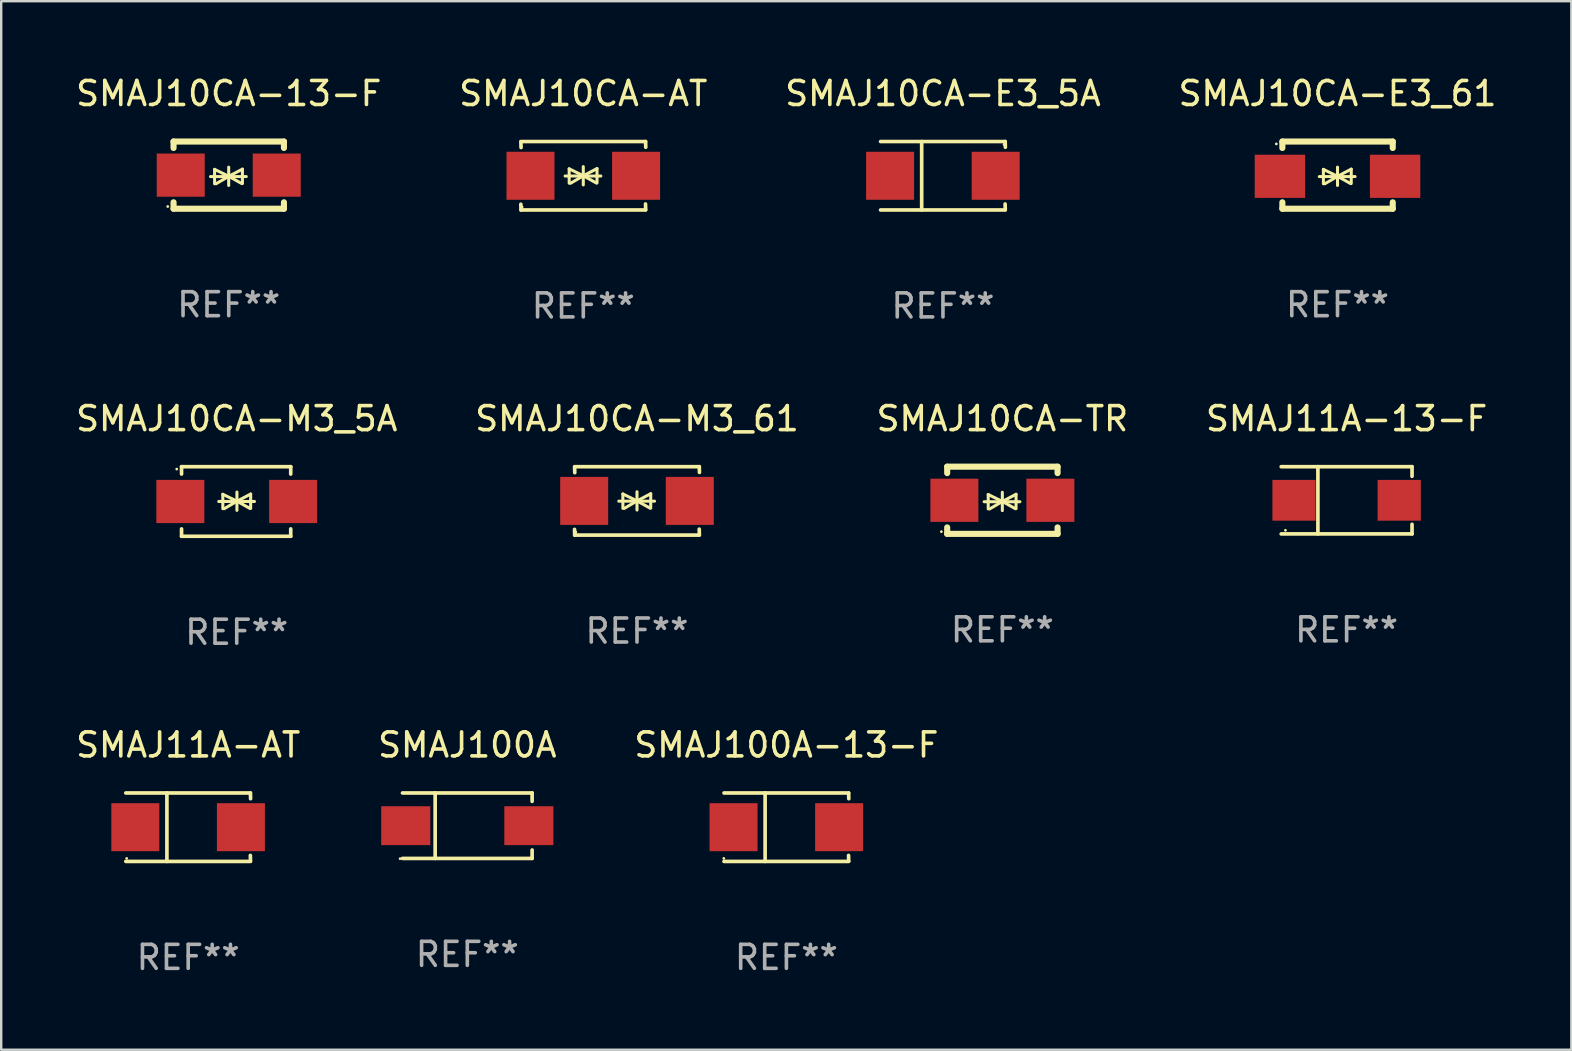
<source format=kicad_pcb>
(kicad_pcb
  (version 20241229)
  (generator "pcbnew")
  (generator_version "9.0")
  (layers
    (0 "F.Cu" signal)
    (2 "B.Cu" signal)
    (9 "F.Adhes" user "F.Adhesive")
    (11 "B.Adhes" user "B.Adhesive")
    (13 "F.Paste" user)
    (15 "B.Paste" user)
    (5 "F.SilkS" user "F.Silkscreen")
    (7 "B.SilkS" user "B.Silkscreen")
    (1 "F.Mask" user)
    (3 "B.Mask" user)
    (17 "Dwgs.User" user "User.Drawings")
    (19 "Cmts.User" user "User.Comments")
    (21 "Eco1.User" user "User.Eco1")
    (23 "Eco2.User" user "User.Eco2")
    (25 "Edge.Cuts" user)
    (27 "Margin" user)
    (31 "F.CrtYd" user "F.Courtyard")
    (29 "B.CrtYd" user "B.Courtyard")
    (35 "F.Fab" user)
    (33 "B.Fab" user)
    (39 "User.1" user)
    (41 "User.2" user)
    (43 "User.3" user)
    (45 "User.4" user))
  (footprint "SMAJ100A"
    (layer "F.Cu")
    (at 16.423 31.357)
    (property "Reference" "SMAJ100A" (at 0 -3.364 0) (layer "F.SilkS") (effects (font (size 1 1) (thickness 0.15))))
    (attr through_hole)
    (fp_line (start -2.701 -1.364) (end 2.701 -1.364) (stroke (width 0.152) (type solid)) (layer "F.SilkS"))
    (fp_line (start -2.701 1.364) (end 2.701 1.364) (stroke (width 0.152) (type solid)) (layer "F.SilkS"))
    (fp_line (start -1.339 -1.364) (end -1.339 1.364) (stroke (width 0.152) (type solid)) (layer "F.SilkS"))
    (fp_line (start 2.701 -1.364) (end 2.701 -1.013) (stroke (width 0.152) (type solid)) (layer "F.SilkS"))
    (fp_line (start 2.701 1.364) (end 2.701 1.013) (stroke (width 0.152) (type solid)) (layer "F.SilkS"))
    (fp_circle (center -2.8 1.375) (end -2.77 1.375) (stroke (width 0.06) (type solid)) (fill no) (layer "F.SilkS"))
    (fp_text user "REF**" (at 0 5.364 0) (layer "F.Fab") (effects (font (size 1 1) (thickness 0.15))))
    (pad "1" smd rect (at -2.565 -0.000025) (size 2.046 1.62) (layers "F.Cu" "F.Mask" "F.Paste"))
    (pad "2" smd rect (at 2.565 -0.000025) (size 2.046 1.62) (layers "F.Cu" "F.Mask" "F.Paste")))
  (footprint "SMAJ10CA-E3_61"
    (layer "F.Cu")
    (at 52.685 4.248)
    (property "Reference" "SMAJ10CA-E3_61" (at 0 -3.4 0) (layer "F.SilkS") (effects (font (size 1 1) (thickness 0.15))))
    (attr through_hole)
    (fp_line (start -2.298 -1.4) (end -2.298 -1.131) (stroke (width 0.254) (type solid)) (layer "F.SilkS"))
    (fp_line (start -2.298 -1.4) (end 2.302 -1.4) (stroke (width 0.254) (type solid)) (layer "F.SilkS"))
    (fp_line (start -2.298 1.131) (end -2.298 1.4) (stroke (width 0.254) (type solid)) (layer "F.SilkS"))
    (fp_line (start -2.298 1.4) (end 2.302 1.4) (stroke (width 0.254) (type solid)) (layer "F.SilkS"))
    (fp_line (start -0.758 0.06) (end 0.732 0.06) (stroke (width 0.127) (type solid)) (layer "F.SilkS"))
    (fp_line (start -0.588 -0.24) (end -0.588 0.36) (stroke (width 0.127) (type solid)) (layer "F.SilkS"))
    (fp_line (start -0.588 -0.24) (end 0.000025 0.049) (stroke (width 0.127) (type solid)) (layer "F.SilkS"))
    (fp_line (start -0.528 0.36) (end 0.000025 0.049) (stroke (width 0.127) (type solid)) (layer "F.SilkS"))
    (fp_line (start 0.000025 0.049) (end 0.000025 -0.332) (stroke (width 0.127) (type solid)) (layer "F.SilkS"))
    (fp_line (start 0.000025 0.049) (end 0.000025 0.43) (stroke (width 0.127) (type solid)) (layer "F.SilkS"))
    (fp_line (start 0.542 0.35) (end 0.000025 0.049) (stroke (width 0.127) (type solid)) (layer "F.SilkS"))
    (fp_line (start 0.572 -0.25) (end 0.000025 0.049) (stroke (width 0.127) (type solid)) (layer "F.SilkS"))
    (fp_line (start 0.572 -0.25) (end 0.572 0.35) (stroke (width 0.127) (type solid)) (layer "F.SilkS"))
    (fp_line (start 2.302 -1.4) (end 2.302 -1.131) (stroke (width 0.254) (type solid)) (layer "F.SilkS"))
    (fp_line (start 2.302 1.131) (end 2.302 1.4) (stroke (width 0.254) (type solid)) (layer "F.SilkS"))
    (fp_circle (center -2.549 -1.301) (end -2.519 -1.301) (stroke (width 0.06) (type solid)) (fill no) (layer "F.SilkS"))
    (fp_text user "REF**" (at 0 5.4 0) (layer "F.Fab") (effects (font (size 1 1) (thickness 0.15))))
    (pad "1" smd rect (at -2.4 0.049) (size 2.1 1.8) (layers "F.Cu" "F.Mask" "F.Paste"))
    (pad "2" smd rect (at 2.4 0.049) (size 2.1 1.8) (layers "F.Cu" "F.Mask" "F.Paste")))
  (footprint "SMAJ10CA-AT"
    (layer "F.Cu")
    (at 21.256 4.274)
    (property "Reference" "SMAJ10CA-AT" (at 0 -3.426 0) (layer "F.SilkS") (effects (font (size 1 1) (thickness 0.15))))
    (attr through_hole)
    (fp_line (start -2.596 -1.426) (end 2.596 -1.426) (stroke (width 0.152) (type solid)) (layer "F.SilkS"))
    (fp_line (start -2.596 1.426) (end -2.603 1.187) (stroke (width 0.152) (type solid)) (layer "F.SilkS"))
    (fp_line (start -2.596 1.426) (end 2.596 1.426) (stroke (width 0.152) (type solid)) (layer "F.SilkS"))
    (fp_line (start -2.593 -1.176) (end -2.6 -1.415) (stroke (width 0.152) (type solid)) (layer "F.SilkS"))
    (fp_line (start -0.758 0.011) (end 0.732 0.011) (stroke (width 0.127) (type solid)) (layer "F.SilkS"))
    (fp_line (start -0.588 -0.289) (end -0.588 0.311) (stroke (width 0.127) (type solid)) (layer "F.SilkS"))
    (fp_line (start -0.588 -0.289) (end 0 0) (stroke (width 0.127) (type solid)) (layer "F.SilkS"))
    (fp_line (start -0.528 0.311) (end 0 0) (stroke (width 0.127) (type solid)) (layer "F.SilkS"))
    (fp_line (start 0 0) (end 0 -0.381) (stroke (width 0.127) (type solid)) (layer "F.SilkS"))
    (fp_line (start 0 0) (end 0 0.381) (stroke (width 0.127) (type solid)) (layer "F.SilkS"))
    (fp_line (start 0.542 0.301) (end 0 0) (stroke (width 0.127) (type solid)) (layer "F.SilkS"))
    (fp_line (start 0.572 -0.299) (end 0 0) (stroke (width 0.127) (type solid)) (layer "F.SilkS"))
    (fp_line (start 0.572 -0.299) (end 0.572 0.301) (stroke (width 0.127) (type solid)) (layer "F.SilkS"))
    (fp_line (start 2.593 1.176) (end 2.6 1.415) (stroke (width 0.152) (type solid)) (layer "F.SilkS"))
    (fp_line (start 2.596 -1.426) (end 2.603 -1.187) (stroke (width 0.152) (type solid)) (layer "F.SilkS"))
    (fp_circle (center -2.55 1.3) (end -2.52 1.3) (stroke (width 0.06) (type solid)) (fill no) (layer "F.SilkS"))
    (fp_text user "REF**" (at 0 5.426 0) (layer "F.Fab") (effects (font (size 1 1) (thickness 0.15))))
    (pad "1" smd rect (at -2.2 0 180) (size 2 2) (layers "F.Cu" "F.Mask" "F.Paste"))
    (pad "2" smd rect (at 2.2 0 180) (size 2 2) (layers "F.Cu" "F.Mask" "F.Paste")))
  (footprint "SMAJ10CA-M3_5A"
    (layer "F.Cu")
    (at 6.815 17.847)
    (property "Reference" "SMAJ10CA-M3_5A" (at 0 -3.45 0) (layer "F.SilkS") (effects (font (size 1 1) (thickness 0.15))))
    (attr through_hole)
    (fp_line (start -2.3 -1.45) (end -2.3 -1.143) (stroke (width 0.152) (type solid)) (layer "F.SilkS"))
    (fp_line (start -2.3 -1.45) (end 2.25 -1.45) (stroke (width 0.152) (type solid)) (layer "F.SilkS"))
    (fp_line (start -2.3 1.45) (end -2.3 1.143) (stroke (width 0.152) (type solid)) (layer "F.SilkS"))
    (fp_line (start -0.75 0.000025) (end 0.74 0.000025) (stroke (width 0.127) (type solid)) (layer "F.SilkS"))
    (fp_line (start -0.58 -0.3) (end -0.58 0.3) (stroke (width 0.127) (type solid)) (layer "F.SilkS"))
    (fp_line (start -0.58 -0.3) (end 0.008 -0.011) (stroke (width 0.127) (type solid)) (layer "F.SilkS"))
    (fp_line (start -0.52 0.3) (end 0.008 -0.011) (stroke (width 0.127) (type solid)) (layer "F.SilkS"))
    (fp_line (start 0.008 -0.011) (end 0.008 -0.392) (stroke (width 0.127) (type solid)) (layer "F.SilkS"))
    (fp_line (start 0.008 -0.011) (end 0.008 0.37) (stroke (width 0.127) (type solid)) (layer "F.SilkS"))
    (fp_line (start 0.55 0.29) (end 0.008 -0.011) (stroke (width 0.127) (type solid)) (layer "F.SilkS"))
    (fp_line (start 0.58 -0.31) (end 0.008 -0.011) (stroke (width 0.127) (type solid)) (layer "F.SilkS"))
    (fp_line (start 0.58 -0.31) (end 0.58 0.29) (stroke (width 0.127) (type solid)) (layer "F.SilkS"))
    (fp_line (start 2.25 -1.45) (end 2.25 -1.143) (stroke (width 0.152) (type solid)) (layer "F.SilkS"))
    (fp_line (start 2.25 1.45) (end -2.3 1.45) (stroke (width 0.152) (type solid)) (layer "F.SilkS"))
    (fp_line (start 2.25 1.45) (end 2.25 1.143) (stroke (width 0.152) (type solid)) (layer "F.SilkS"))
    (fp_circle (center -2.5 -1.35) (end -2.47 -1.35) (stroke (width 0.06) (type solid)) (fill no) (layer "F.SilkS"))
    (fp_text user "REF**" (at 0 5.45 0) (layer "F.Fab") (effects (font (size 1 1) (thickness 0.15))))
    (pad "1" smd rect (at -2.35 -0.000025) (size 2 1.8) (layers "F.Cu" "F.Mask" "F.Paste"))
    (pad "2" smd rect (at 2.35 -0.000025) (size 2 1.8) (layers "F.Cu" "F.Mask" "F.Paste")))
  (footprint "SMAJ10CA-TR"
    (layer "F.Cu")
    (at 38.72 17.797)
    (property "Reference" "SMAJ10CA-TR" (at 0 -3.4 0) (layer "F.SilkS") (effects (font (size 1 1) (thickness 0.15))))
    (attr through_hole)
    (fp_line (start -2.3 -1.4) (end -2.3 -1.131) (stroke (width 0.254) (type solid)) (layer "F.SilkS"))
    (fp_line (start -2.3 -1.4) (end 2.3 -1.4) (stroke (width 0.254) (type solid)) (layer "F.SilkS"))
    (fp_line (start -2.3 1.131) (end -2.3 1.4) (stroke (width 0.254) (type solid)) (layer "F.SilkS"))
    (fp_line (start -2.3 1.4) (end 2.3 1.4) (stroke (width 0.254) (type solid)) (layer "F.SilkS"))
    (fp_line (start -0.76 0.06) (end 0.73 0.06) (stroke (width 0.127) (type solid)) (layer "F.SilkS"))
    (fp_line (start -0.59 -0.24) (end -0.59 0.36) (stroke (width 0.127) (type solid)) (layer "F.SilkS"))
    (fp_line (start -0.59 -0.24) (end -0.002 0.049) (stroke (width 0.127) (type solid)) (layer "F.SilkS"))
    (fp_line (start -0.53 0.36) (end -0.002 0.049) (stroke (width 0.127) (type solid)) (layer "F.SilkS"))
    (fp_line (start -0.002 0.049) (end -0.002 -0.332) (stroke (width 0.127) (type solid)) (layer "F.SilkS"))
    (fp_line (start -0.002 0.049) (end -0.002 0.43) (stroke (width 0.127) (type solid)) (layer "F.SilkS"))
    (fp_line (start 0.54 0.35) (end -0.002 0.049) (stroke (width 0.127) (type solid)) (layer "F.SilkS"))
    (fp_line (start 0.57 -0.25) (end -0.002 0.049) (stroke (width 0.127) (type solid)) (layer "F.SilkS"))
    (fp_line (start 0.57 -0.25) (end 0.57 0.35) (stroke (width 0.127) (type solid)) (layer "F.SilkS"))
    (fp_line (start 2.3 -1.4) (end 2.3 -1.131) (stroke (width 0.254) (type solid)) (layer "F.SilkS"))
    (fp_line (start 2.3 1.131) (end 2.3 1.4) (stroke (width 0.254) (type solid)) (layer "F.SilkS"))
    (fp_circle (center -2.542 1.308) (end -2.512 1.308) (stroke (width 0.06) (type solid)) (fill no) (layer "F.SilkS"))
    (fp_text user "REF**" (at 0 5.4 0) (layer "F.Fab") (effects (font (size 1 1) (thickness 0.15))))
    (pad "1" smd rect (at -2 0) (size 2 1.8) (layers "F.Cu" "F.Mask" "F.Paste"))
    (pad "2" smd rect (at 2 0) (size 2 1.8) (layers "F.Cu" "F.Mask" "F.Paste")))
  (footprint "SMAJ10CA-E3_5A"
    (layer "F.Cu")
    (at 36.244 4.274)
    (property "Reference" "SMAJ10CA-E3_5A" (at 0 -3.426 0) (layer "F.SilkS") (effects (font (size 1 1) (thickness 0.15))))
    (attr through_hole)
    (fp_line (start -2.6 -1.426) (end 2.593 -1.426) (stroke (width 0.152) (type solid)) (layer "F.SilkS"))
    (fp_line (start -2.6 1.426) (end 2.593 1.426) (stroke (width 0.152) (type solid)) (layer "F.SilkS"))
    (fp_line (start -0.887 -1.426) (end -0.887 1.426) (stroke (width 0.152) (type solid)) (layer "F.SilkS"))
    (fp_line (start 2.59 1.176) (end 2.597 1.415) (stroke (width 0.152) (type solid)) (layer "F.SilkS"))
    (fp_line (start 2.593 -1.426) (end 2.6 -1.187) (stroke (width 0.152) (type solid)) (layer "F.SilkS"))
    (fp_circle (center 2.547 -1.3) (end 2.577 -1.3) (stroke (width 0.06) (type solid)) (fill no) (layer "F.SilkS"))
    (fp_text user "REF**" (at 0 5.426 0) (layer "F.Fab") (effects (font (size 1 1) (thickness 0.15))))
    (pad "1" smd rect (at 2.197 -0.000025 180) (size 2 2) (layers "F.Cu" "F.Mask" "F.Paste"))
    (pad "2" smd rect (at -2.203 -0.000025 180) (size 2 2) (layers "F.Cu" "F.Mask" "F.Paste")))
  (footprint "SMAJ100A-13-F"
    (layer "F.Cu")
    (at 29.72 31.42)
    (property "Reference" "SMAJ100A-13-F" (at 0 -3.426 0) (layer "F.SilkS") (effects (font (size 1 1) (thickness 0.15))))
    (attr through_hole)
    (fp_line (start -2.6 -1.426) (end 2.593 -1.426) (stroke (width 0.152) (type solid)) (layer "F.SilkS"))
    (fp_line (start -2.6 1.426) (end 2.593 1.426) (stroke (width 0.152) (type solid)) (layer "F.SilkS"))
    (fp_line (start -0.887 -1.426) (end -0.887 1.426) (stroke (width 0.152) (type solid)) (layer "F.SilkS"))
    (fp_line (start 2.59 1.176) (end 2.597 1.415) (stroke (width 0.152) (type solid)) (layer "F.SilkS"))
    (fp_line (start 2.593 -1.426) (end 2.6 -1.187) (stroke (width 0.152) (type solid)) (layer "F.SilkS"))
    (fp_circle (center -2.608 1.3) (end -2.578 1.3) (stroke (width 0.06) (type solid)) (fill no) (layer "F.SilkS"))
    (fp_text user "REF**" (at 0 5.426 0) (layer "F.Fab") (effects (font (size 1 1) (thickness 0.15))))
    (pad "1" smd rect (at -2.203 0 180) (size 2 2) (layers "F.Cu" "F.Mask" "F.Paste"))
    (pad "2" smd rect (at 2.197 0 180) (size 2 2) (layers "F.Cu" "F.Mask" "F.Paste")))
  (footprint "SMAJ10CA-13-F"
    (layer "F.Cu")
    (at 6.482 4.248)
    (property "Reference" "SMAJ10CA-13-F" (at 0 -3.4 0) (layer "F.SilkS") (effects (font (size 1 1) (thickness 0.15))))
    (attr through_hole)
    (fp_line (start -2.3 -1.4) (end -2.3 -1.131) (stroke (width 0.254) (type solid)) (layer "F.SilkS"))
    (fp_line (start -2.3 -1.4) (end 2.3 -1.4) (stroke (width 0.254) (type solid)) (layer "F.SilkS"))
    (fp_line (start -2.3 1.131) (end -2.3 1.4) (stroke (width 0.254) (type solid)) (layer "F.SilkS"))
    (fp_line (start -2.3 1.4) (end 2.3 1.4) (stroke (width 0.254) (type solid)) (layer "F.SilkS"))
    (fp_line (start -0.76 0.06) (end 0.73 0.06) (stroke (width 0.127) (type solid)) (layer "F.SilkS"))
    (fp_line (start -0.59 -0.24) (end -0.59 0.36) (stroke (width 0.127) (type solid)) (layer "F.SilkS"))
    (fp_line (start -0.59 -0.24) (end -0.002 0.049) (stroke (width 0.127) (type solid)) (layer "F.SilkS"))
    (fp_line (start -0.53 0.36) (end -0.002 0.049) (stroke (width 0.127) (type solid)) (layer "F.SilkS"))
    (fp_line (start -0.002 0.049) (end -0.002 -0.332) (stroke (width 0.127) (type solid)) (layer "F.SilkS"))
    (fp_line (start -0.002 0.049) (end -0.002 0.43) (stroke (width 0.127) (type solid)) (layer "F.SilkS"))
    (fp_line (start 0.54 0.35) (end -0.002 0.049) (stroke (width 0.127) (type solid)) (layer "F.SilkS"))
    (fp_line (start 0.57 -0.25) (end -0.002 0.049) (stroke (width 0.127) (type solid)) (layer "F.SilkS"))
    (fp_line (start 0.57 -0.25) (end 0.57 0.35) (stroke (width 0.127) (type solid)) (layer "F.SilkS"))
    (fp_line (start 2.3 -1.4) (end 2.3 -1.131) (stroke (width 0.254) (type solid)) (layer "F.SilkS"))
    (fp_line (start 2.3 1.131) (end 2.3 1.4) (stroke (width 0.254) (type solid)) (layer "F.SilkS"))
    (fp_circle (center -2.542 1.308) (end -2.512 1.308) (stroke (width 0.06) (type solid)) (fill no) (layer "F.SilkS"))
    (fp_text user "REF**" (at 0 5.4 0) (layer "F.Fab") (effects (font (size 1 1) (thickness 0.15))))
    (pad "1" smd rect (at -2 0) (size 2 1.8) (layers "F.Cu" "F.Mask" "F.Paste"))
    (pad "2" smd rect (at 2 0) (size 2 1.8) (layers "F.Cu" "F.Mask" "F.Paste")))
  (footprint "SMAJ11A-13-F"
    (layer "F.Cu")
    (at 53.065 17.798)
    (property "Reference" "SMAJ11A-13-F" (at 0 -3.401 0) (layer "F.SilkS") (effects (font (size 1 1) (thickness 0.15))))
    (attr through_hole)
    (fp_line (start -2.726 -1.401) (end 2.726 -1.401) (stroke (width 0.152) (type solid)) (layer "F.SilkS"))
    (fp_line (start -2.726 1.401) (end 2.726 1.401) (stroke (width 0.152) (type solid)) (layer "F.SilkS"))
    (fp_line (start -1.197 -1.401) (end -1.197 1.401) (stroke (width 0.152) (type solid)) (layer "F.SilkS"))
    (fp_line (start 2.726 -1.401) (end 2.726 -1) (stroke (width 0.152) (type solid)) (layer "F.SilkS"))
    (fp_line (start 2.726 1.401) (end 2.726 1) (stroke (width 0.152) (type solid)) (layer "F.SilkS"))
    (fp_circle (center -2.55 1.25) (end -2.52 1.25) (stroke (width 0.06) (type solid)) (fill no) (layer "F.SilkS"))
    (fp_text user "REF**" (at 0 5.401 0) (layer "F.Fab") (effects (font (size 1 1) (thickness 0.15))))
    (pad "1" smd rect (at -2.192 0) (size 1.8 1.7) (layers "F.Cu" "F.Mask" "F.Paste"))
    (pad "2" smd rect (at 2.192 0) (size 1.8 1.7) (layers "F.Cu" "F.Mask" "F.Paste")))
  (footprint "SMAJ10CA-M3_61"
    (layer "F.Cu")
    (at 23.494 17.823)
    (property "Reference" "SMAJ10CA-M3_61" (at 0 -3.426 0) (layer "F.SilkS") (effects (font (size 1 1) (thickness 0.15))))
    (attr through_hole)
    (fp_line (start -2.596 -1.426) (end 2.596 -1.426) (stroke (width 0.152) (type solid)) (layer "F.SilkS"))
    (fp_line (start -2.596 1.426) (end -2.603 1.187) (stroke (width 0.152) (type solid)) (layer "F.SilkS"))
    (fp_line (start -2.596 1.426) (end 2.596 1.426) (stroke (width 0.152) (type solid)) (layer "F.SilkS"))
    (fp_line (start -2.593 -1.176) (end -2.6 -1.415) (stroke (width 0.152) (type solid)) (layer "F.SilkS"))
    (fp_line (start -0.758 0.011) (end 0.732 0.011) (stroke (width 0.127) (type solid)) (layer "F.SilkS"))
    (fp_line (start -0.588 -0.289) (end -0.588 0.311) (stroke (width 0.127) (type solid)) (layer "F.SilkS"))
    (fp_line (start -0.588 -0.289) (end 0 0) (stroke (width 0.127) (type solid)) (layer "F.SilkS"))
    (fp_line (start -0.528 0.311) (end 0 0) (stroke (width 0.127) (type solid)) (layer "F.SilkS"))
    (fp_line (start 0 0) (end 0 -0.381) (stroke (width 0.127) (type solid)) (layer "F.SilkS"))
    (fp_line (start 0 0) (end 0 0.381) (stroke (width 0.127) (type solid)) (layer "F.SilkS"))
    (fp_line (start 0.542 0.301) (end 0 0) (stroke (width 0.127) (type solid)) (layer "F.SilkS"))
    (fp_line (start 0.572 -0.299) (end 0 0) (stroke (width 0.127) (type solid)) (layer "F.SilkS"))
    (fp_line (start 0.572 -0.299) (end 0.572 0.301) (stroke (width 0.127) (type solid)) (layer "F.SilkS"))
    (fp_line (start 2.593 1.176) (end 2.6 1.415) (stroke (width 0.152) (type solid)) (layer "F.SilkS"))
    (fp_line (start 2.596 -1.426) (end 2.603 -1.187) (stroke (width 0.152) (type solid)) (layer "F.SilkS"))
    (fp_circle (center -2.55 1.3) (end -2.52 1.3) (stroke (width 0.06) (type solid)) (fill no) (layer "F.SilkS"))
    (fp_text user "REF**" (at 0 5.426 0) (layer "F.Fab") (effects (font (size 1 1) (thickness 0.15))))
    (pad "1" smd rect (at -2.2 0 180) (size 2 2) (layers "F.Cu" "F.Mask" "F.Paste"))
    (pad "2" smd rect (at 2.2 0 180) (size 2 2) (layers "F.Cu" "F.Mask" "F.Paste")))
  (footprint "SMAJ11A-AT"
    (layer "F.Cu")
    (at 4.792 31.42)
    (property "Reference" "SMAJ11A-AT" (at 0 -3.426 0) (layer "F.SilkS") (effects (font (size 1 1) (thickness 0.15))))
    (attr through_hole)
    (fp_line (start -2.6 -1.426) (end 2.593 -1.426) (stroke (width 0.152) (type solid)) (layer "F.SilkS"))
    (fp_line (start -2.6 1.426) (end 2.593 1.426) (stroke (width 0.152) (type solid)) (layer "F.SilkS"))
    (fp_line (start -0.887 -1.426) (end -0.887 1.426) (stroke (width 0.152) (type solid)) (layer "F.SilkS"))
    (fp_line (start 2.59 1.176) (end 2.597 1.415) (stroke (width 0.152) (type solid)) (layer "F.SilkS"))
    (fp_line (start 2.593 -1.426) (end 2.6 -1.187) (stroke (width 0.152) (type solid)) (layer "F.SilkS"))
    (fp_circle (center -2.563 1.3) (end -2.533 1.3) (stroke (width 0.06) (type solid)) (fill no) (layer "F.SilkS"))
    (fp_text user "REF**" (at 0 5.426 0) (layer "F.Fab") (effects (font (size 1 1) (thickness 0.15))))
    (pad "1" smd rect (at -2.203 -0.000025 180) (size 2 2) (layers "F.Cu" "F.Mask" "F.Paste"))
    (pad "2" smd rect (at 2.197 -0.000025 180) (size 2 2) (layers "F.Cu" "F.Mask" "F.Paste")))
  (gr_rect
    (start -3 -3)
    (end 62.429 40.694)
    (stroke (width 0.1) (type default))
    (fill no)
    (layer "Edge.Cuts")))
</source>
